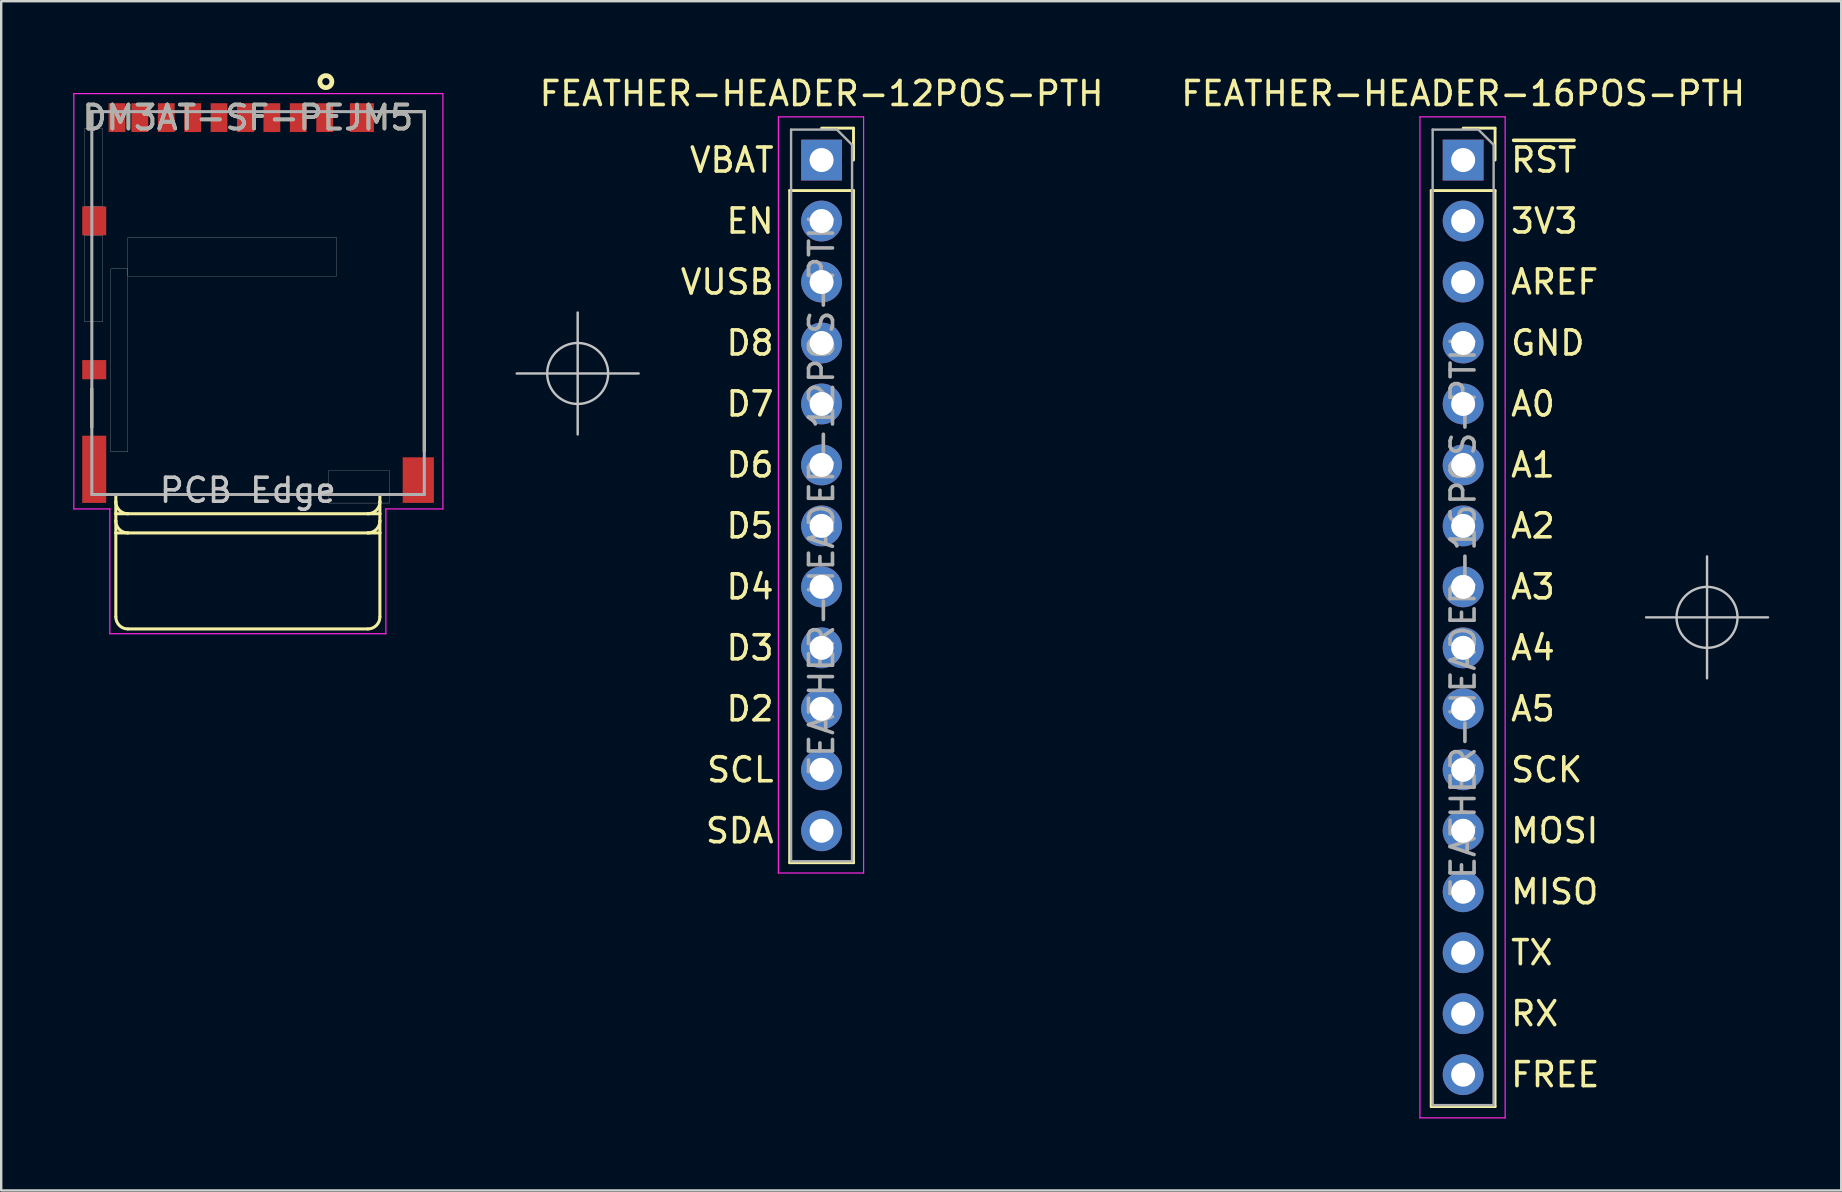
<source format=kicad_pcb>
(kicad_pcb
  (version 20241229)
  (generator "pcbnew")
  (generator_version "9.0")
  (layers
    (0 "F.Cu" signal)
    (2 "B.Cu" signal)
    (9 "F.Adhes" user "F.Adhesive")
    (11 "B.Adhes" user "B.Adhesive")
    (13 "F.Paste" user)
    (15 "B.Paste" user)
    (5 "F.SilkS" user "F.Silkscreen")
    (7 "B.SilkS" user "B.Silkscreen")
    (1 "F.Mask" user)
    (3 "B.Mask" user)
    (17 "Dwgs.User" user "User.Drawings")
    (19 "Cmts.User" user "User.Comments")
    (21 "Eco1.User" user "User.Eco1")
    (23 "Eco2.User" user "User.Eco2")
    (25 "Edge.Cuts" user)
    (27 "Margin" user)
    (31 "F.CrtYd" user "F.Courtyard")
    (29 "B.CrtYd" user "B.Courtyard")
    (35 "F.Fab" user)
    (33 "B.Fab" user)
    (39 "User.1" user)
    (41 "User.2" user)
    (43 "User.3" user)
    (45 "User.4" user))
  (footprint "DM3AT-SF-PEJM5"
    (layer "F.Cu")
    (at 7.275 1.85)
    (property "Reference" "DM3AT-SF-PEJM5" (at 0 0 0) (layer "F.SilkS") (effects (font (size 1 1) (thickness 0.15))))
    (attr smd)
    (fp_line (start -6.5 -0.25) (end -6.5 0.3) (stroke (width 0.127) (type solid)) (layer "F.SilkS"))
    (fp_line (start -6.5 12.9) (end -6.5 11.3) (stroke (width 0.127) (type solid)) (layer "F.SilkS"))
    (fp_line (start -6.05 -0.25) (end -6.5 -0.25) (stroke (width 0.127) (type solid)) (layer "F.SilkS"))
    (fp_line (start -5.5 15.7) (end -5.5 16) (stroke (width 0.127) (type solid)) (layer "F.SilkS"))
    (fp_line (start -5.5 15.7) (end 5.5 15.7) (stroke (width 0.127) (type solid)) (layer "F.SilkS"))
    (fp_line (start -5.5 16.5) (end -5.5 16) (stroke (width 0.127) (type solid)) (layer "F.SilkS"))
    (fp_line (start -5.5 16.5) (end -5.5 16.8) (stroke (width 0.127) (type solid)) (layer "F.SilkS"))
    (fp_line (start -5.5 17.3) (end -5.5 16.8) (stroke (width 0.127) (type solid)) (layer "F.SilkS"))
    (fp_line (start -5.5 17.3) (end -5.5 20.8) (stroke (width 0.127) (type solid)) (layer "F.SilkS"))
    (fp_line (start -5 16.5) (end -5.5 16.5) (stroke (width 0.127) (type solid)) (layer "F.SilkS"))
    (fp_line (start -5 17.3) (end -5.5 17.3) (stroke (width 0.127) (type solid)) (layer "F.SilkS"))
    (fp_line (start 5 16.5) (end -5 16.5) (stroke (width 0.127) (type solid)) (layer "F.SilkS"))
    (fp_line (start 5 17.3) (end -5 17.3) (stroke (width 0.127) (type solid)) (layer "F.SilkS"))
    (fp_line (start 5 21.3) (end -5 21.3) (stroke (width 0.127) (type solid)) (layer "F.SilkS"))
    (fp_line (start 5.5 -0.25) (end 7.35 -0.25) (stroke (width 0.127) (type solid)) (layer "F.SilkS"))
    (fp_line (start 5.5 15.7) (end 5.5 16) (stroke (width 0.127) (type solid)) (layer "F.SilkS"))
    (fp_line (start 5.5 16) (end 5.5 16.5) (stroke (width 0.127) (type solid)) (layer "F.SilkS"))
    (fp_line (start 5.5 16.5) (end 5 16.5) (stroke (width 0.127) (type solid)) (layer "F.SilkS"))
    (fp_line (start 5.5 16.5) (end 5.5 16.8) (stroke (width 0.127) (type solid)) (layer "F.SilkS"))
    (fp_line (start 5.5 16.8) (end 5.5 17.3) (stroke (width 0.127) (type solid)) (layer "F.SilkS"))
    (fp_line (start 5.5 17.3) (end 5 17.3) (stroke (width 0.127) (type solid)) (layer "F.SilkS"))
    (fp_line (start 5.5 17.3) (end 5.5 20.8) (stroke (width 0.127) (type solid)) (layer "F.SilkS"))
    (fp_line (start 7.35 -0.25) (end 7.35 13.9) (stroke (width 0.127) (type solid)) (layer "F.SilkS"))
    (fp_arc (start -5 16.5) (mid -5.353553 16.353553) (end -5.5 16) (stroke (width 0.127) (type solid)) (layer "F.SilkS"))
    (fp_arc (start -5 17.3) (mid -5.353553 17.153553) (end -5.5 16.8) (stroke (width 0.127) (type solid)) (layer "F.SilkS"))
    (fp_arc (start -5 21.3) (mid -5.353553 21.153553) (end -5.5 20.8) (stroke (width 0.127) (type solid)) (layer "F.SilkS"))
    (fp_arc (start 5.5 16) (mid 5.353553 16.353553) (end 5 16.5) (stroke (width 0.127) (type solid)) (layer "F.SilkS"))
    (fp_arc (start 5.5 16.8) (mid 5.353553 17.153553) (end 5 17.3) (stroke (width 0.127) (type solid)) (layer "F.SilkS"))
    (fp_arc (start 5.5 20.8) (mid 5.353553 21.153553) (end 5 21.3) (stroke (width 0.127) (type solid)) (layer "F.SilkS"))
    (fp_circle (center 3.25 -1.5) (end 3.5 -1.5) (stroke (width 0.2) (type solid)) (fill no) (layer "F.SilkS"))
    (fp_poly (pts (xy -6.813 0.45) (xy -6.05 0.45) (xy -6.05 3.707) (xy -6.813 3.707)) (stroke (width 0.01) (type solid)) (fill no) (layer "Dwgs.User"))
    (fp_poly (pts (xy -6.804 4.9) (xy -6.05 4.9) (xy -6.05 8.505) (xy -6.804 8.505)) (stroke (width 0.01) (type solid)) (fill no) (layer "Dwgs.User"))
    (fp_poly (pts (xy -5.706 6.3) (xy -5 6.3) (xy -5 13.915) (xy -5.706 13.915)) (stroke (width 0.01) (type solid)) (fill no) (layer "Dwgs.User"))
    (fp_poly (pts (xy -5.003 5) (xy 3.7 5) (xy 3.7 6.604) (xy -5.003 6.604)) (stroke (width 0.01) (type solid)) (fill no) (layer "Dwgs.User"))
    (fp_poly (pts (xy 3.352 14.7) (xy 5.9 14.7) (xy 5.9 16.057) (xy 3.352 16.057)) (stroke (width 0.01) (type solid)) (fill no) (layer "Dwgs.User"))
    (fp_line (start -7.25 -1) (end 8.125 -1) (stroke (width 0.05) (type solid)) (layer "F.CrtYd"))
    (fp_line (start -7.25 16.3) (end -7.25 -1) (stroke (width 0.05) (type solid)) (layer "F.CrtYd"))
    (fp_line (start -5.75 16.3) (end -7.25 16.3) (stroke (width 0.05) (type solid)) (layer "F.CrtYd"))
    (fp_line (start -5.75 21.5) (end -5.75 16.3) (stroke (width 0.05) (type solid)) (layer "F.CrtYd"))
    (fp_line (start 5.75 16.3) (end 5.75 21.5) (stroke (width 0.05) (type solid)) (layer "F.CrtYd"))
    (fp_line (start 5.75 21.5) (end -5.75 21.5) (stroke (width 0.05) (type solid)) (layer "F.CrtYd"))
    (fp_line (start 8.125 -1) (end 8.125 16.3) (stroke (width 0.05) (type solid)) (layer "F.CrtYd"))
    (fp_line (start 8.125 16.3) (end 5.75 16.3) (stroke (width 0.05) (type solid)) (layer "F.CrtYd"))
    (fp_line (start -6.5 -0.25) (end 7.35 -0.25) (stroke (width 0.127) (type solid)) (layer "F.Fab"))
    (fp_line (start -6.5 15.7) (end -6.5 -0.25) (stroke (width 0.127) (type solid)) (layer "F.Fab"))
    (fp_line (start 7.35 -0.25) (end 7.35 15.7) (stroke (width 0.127) (type solid)) (layer "F.Fab"))
    (fp_line (start 7.35 15.7) (end -6.5 15.7) (stroke (width 0.127) (type solid)) (layer "F.Fab"))
    (fp_text user "PCB Edge" (at 0 15.525 0) (layer "Dwgs.User") (effects (font (size 1 1) (thickness 0.15))))
    (fp_text user "${REFERENCE}" (at 0 0 0) (layer "F.Fab") (effects (font (size 1 1) (thickness 0.15))))
    (pad "1" smd rect (at 3.2 0) (size 0.7 1.2) (layers "F.Cu" "F.Mask" "F.Paste"))
    (pad "2" smd rect (at 2.1 0) (size 0.7 1.2) (layers "F.Cu" "F.Mask" "F.Paste"))
    (pad "3" smd rect (at 1 0) (size 0.7 1.2) (layers "F.Cu" "F.Mask" "F.Paste"))
    (pad "4" smd rect (at -0.1 0) (size 0.7 1.2) (layers "F.Cu" "F.Mask" "F.Paste"))
    (pad "5" smd rect (at -1.2 0) (size 0.7 1.2) (layers "F.Cu" "F.Mask" "F.Paste"))
    (pad "6" smd rect (at -2.3 0) (size 0.7 1.2) (layers "F.Cu" "F.Mask" "F.Paste"))
    (pad "7" smd rect (at -3.4 0) (size 0.7 1.2) (layers "F.Cu" "F.Mask" "F.Paste"))
    (pad "8" smd rect (at -4.5 0) (size 0.7 1.2) (layers "F.Cu" "F.Mask" "F.Paste"))
    (pad "P1" smd rect (at -6.4 4.3) (size 1 1.2) (layers "F.Cu" "F.Mask" "F.Paste"))
    (pad "P2" smd rect (at -6.4 14.65) (size 1 2.8) (layers "F.Cu" "F.Mask" "F.Paste"))
    (pad "P3" smd rect (at 7.1 15.1) (size 1.3 1.9) (layers "F.Cu" "F.Mask" "F.Paste"))
    (pad "P4" smd rect (at 4.75 0) (size 1 1.2) (layers "F.Cu" "F.Mask" "F.Paste"))
    (pad "SWA" smd rect (at -6.4 10.5) (size 1 0.8) (layers "F.Cu" "F.Mask" "F.Paste"))
    (pad "SWB" smd rect (at -5.45 0) (size 0.7 1.2) (layers "F.Cu" "F.Mask" "F.Paste")))
  (footprint "FEATHER-HEADER-16POS-PTH"
    (layer "F.Cu")
    (at 68.061 22.668)
    (property "Reference" "FEATHER-HEADER-16POS-PTH" (at -10.16 -21.82 0) (layer "F.SilkS") (effects (font (size 1 1) (thickness 0.15))))
    (attr through_hole)
    (fp_line (start -11.49 -17.78) (end -11.49 20.38) (stroke (width 0.12) (type solid)) (layer "F.SilkS"))
    (fp_line (start -11.49 -17.78) (end -8.83 -17.78) (stroke (width 0.12) (type solid)) (layer "F.SilkS"))
    (fp_line (start -11.49 20.38) (end -8.83 20.38) (stroke (width 0.12) (type solid)) (layer "F.SilkS"))
    (fp_line (start -10.16 -20.38) (end -8.83 -20.38) (stroke (width 0.12) (type solid)) (layer "F.SilkS"))
    (fp_line (start -8.83 -20.38) (end -8.83 -19.05) (stroke (width 0.12) (type solid)) (layer "F.SilkS"))
    (fp_line (start -8.83 -17.78) (end -8.83 20.38) (stroke (width 0.12) (type solid)) (layer "F.SilkS"))
    (fp_line (start -2.54 0) (end 2.54 0) (stroke (width 0.1) (type solid)) (layer "Dwgs.User"))
    (fp_line (start 0 -2.54) (end 0 2.54) (stroke (width 0.1) (type solid)) (layer "Dwgs.User"))
    (fp_circle (center 0 0) (end 1.27 0) (stroke (width 0.1) (type solid)) (fill no) (layer "Dwgs.User"))
    (fp_line (start -11.96 -20.85) (end -8.41 -20.85) (stroke (width 0.05) (type solid)) (layer "F.CrtYd"))
    (fp_line (start -11.96 20.85) (end -11.96 -20.85) (stroke (width 0.05) (type solid)) (layer "F.CrtYd"))
    (fp_line (start -8.41 -20.85) (end -8.41 20.85) (stroke (width 0.05) (type solid)) (layer "F.CrtYd"))
    (fp_line (start -8.41 20.85) (end -11.96 20.85) (stroke (width 0.05) (type solid)) (layer "F.CrtYd"))
    (fp_line (start -11.43 -20.32) (end -9.525 -20.32) (stroke (width 0.1) (type solid)) (layer "F.Fab"))
    (fp_line (start -11.43 20.32) (end -11.43 -20.32) (stroke (width 0.1) (type solid)) (layer "F.Fab"))
    (fp_line (start -9.525 -20.32) (end -8.89 -19.685) (stroke (width 0.1) (type solid)) (layer "F.Fab"))
    (fp_line (start -8.89 -19.685) (end -8.89 20.32) (stroke (width 0.1) (type solid)) (layer "F.Fab"))
    (fp_line (start -8.89 20.32) (end -11.43 20.32) (stroke (width 0.1) (type solid)) (layer "F.Fab"))
    (fp_text user "A3" (at -8.255 -1.27 0) (unlocked yes) (layer "F.SilkS") (effects (font (size 1 1) (thickness 0.15)) (justify left)))
    (fp_text user "~{RST}" (at -8.255 -19.05 0) (unlocked yes) (layer "F.SilkS") (effects (font (size 1 1) (thickness 0.15)) (justify left)))
    (fp_text user "TX" (at -8.255 13.97 0) (unlocked yes) (layer "F.SilkS") (effects (font (size 1 1) (thickness 0.15)) (justify left)))
    (fp_text user "A5" (at -8.255 3.81 0) (unlocked yes) (layer "F.SilkS") (effects (font (size 1 1) (thickness 0.15)) (justify left)))
    (fp_text user "GND" (at -8.255 -11.43 0) (unlocked yes) (layer "F.SilkS") (effects (font (size 1 1) (thickness 0.15)) (justify left)))
    (fp_text user "RX" (at -8.255 16.51 0) (unlocked yes) (layer "F.SilkS") (effects (font (size 1 1) (thickness 0.15)) (justify left)))
    (fp_text user "SCK" (at -8.255 6.35 0) (unlocked yes) (layer "F.SilkS") (effects (font (size 1 1) (thickness 0.15)) (justify left)))
    (fp_text user "MOSI" (at -8.255 8.89 0) (unlocked yes) (layer "F.SilkS") (effects (font (size 1 1) (thickness 0.15)) (justify left)))
    (fp_text user "A0" (at -8.255 -8.89 0) (unlocked yes) (layer "F.SilkS") (effects (font (size 1 1) (thickness 0.15)) (justify left)))
    (fp_text user "A4" (at -8.255 1.27 0) (unlocked yes) (layer "F.SilkS") (effects (font (size 1 1) (thickness 0.15)) (justify left)))
    (fp_text user "FREE" (at -8.255 19.05 0) (unlocked yes) (layer "F.SilkS") (effects (font (size 1 1) (thickness 0.15)) (justify left)))
    (fp_text user "MISO" (at -8.255 11.43 0) (unlocked yes) (layer "F.SilkS") (effects (font (size 1 1) (thickness 0.15)) (justify left)))
    (fp_text user "AREF" (at -8.255 -13.97 0) (unlocked yes) (layer "F.SilkS") (effects (font (size 1 1) (thickness 0.15)) (justify left)))
    (fp_text user "A1" (at -8.255 -6.35 0) (unlocked yes) (layer "F.SilkS") (effects (font (size 1 1) (thickness 0.15)) (justify left)))
    (fp_text user "3V3" (at -8.255 -16.51 0) (unlocked yes) (layer "F.SilkS") (effects (font (size 1 1) (thickness 0.15)) (justify left)))
    (fp_text user "A2" (at -8.255 -3.81 0) (unlocked yes) (layer "F.SilkS") (effects (font (size 1 1) (thickness 0.15)) (justify left)))
    (fp_text user "${REFERENCE}" (at -10.16 0 90) (layer "F.Fab") (effects (font (size 1 1) (thickness 0.15))))
    (pad "3V3" thru_hole oval (at -10.16 -16.51) (size 1.7 1.7) (drill 1) (layers "*.Cu" "*.Mask"))
    (pad "A0" thru_hole oval (at -10.16 -8.89) (size 1.7 1.7) (drill 1) (layers "*.Cu" "*.Mask"))
    (pad "A1" thru_hole oval (at -10.16 -6.35) (size 1.7 1.7) (drill 1) (layers "*.Cu" "*.Mask"))
    (pad "A2" thru_hole oval (at -10.16 -3.81) (size 1.7 1.7) (drill 1) (layers "*.Cu" "*.Mask"))
    (pad "A3" thru_hole oval (at -10.16 -1.27) (size 1.7 1.7) (drill 1) (layers "*.Cu" "*.Mask"))
    (pad "A4" thru_hole oval (at -10.16 1.27) (size 1.7 1.7) (drill 1) (layers "*.Cu" "*.Mask"))
    (pad "A5" thru_hole oval (at -10.16 3.81) (size 1.7 1.7) (drill 1) (layers "*.Cu" "*.Mask"))
    (pad "AREF" thru_hole oval (at -10.16 -13.97) (size 1.7 1.7) (drill 1) (layers "*.Cu" "*.Mask"))
    (pad "FREE" thru_hole oval (at -10.16 19.05) (size 1.7 1.7) (drill 1) (layers "*.Cu" "*.Mask"))
    (pad "GND" thru_hole oval (at -10.16 -11.43) (size 1.7 1.7) (drill 1) (layers "*.Cu" "*.Mask"))
    (pad "MISO" thru_hole oval (at -10.16 11.43) (size 1.7 1.7) (drill 1) (layers "*.Cu" "*.Mask"))
    (pad "MOSI" thru_hole oval (at -10.16 8.89) (size 1.7 1.7) (drill 1) (layers "*.Cu" "*.Mask"))
    (pad "RX" thru_hole oval (at -10.16 16.51) (size 1.7 1.7) (drill 1) (layers "*.Cu" "*.Mask"))
    (pad "SCK" thru_hole oval (at -10.16 6.35) (size 1.7 1.7) (drill 1) (layers "*.Cu" "*.Mask"))
    (pad "TX" thru_hole oval (at -10.16 13.97) (size 1.7 1.7) (drill 1) (layers "*.Cu" "*.Mask"))
    (pad "~RST" thru_hole rect (at -10.16 -19.05) (size 1.7 1.7) (drill 1) (layers "*.Cu" "*.Mask")))
  (footprint "FEATHER-HEADER-12POS-PTH"
    (layer "F.Cu")
    (at 21.015 12.508)
    (property "Reference" "FEATHER-HEADER-12POS-PTH" (at 10.16 -11.66 0) (layer "F.SilkS") (effects (font (size 1 1) (thickness 0.15))))
    (attr through_hole)
    (fp_line (start 8.83 -7.62) (end 8.83 20.38) (stroke (width 0.12) (type solid)) (layer "F.SilkS"))
    (fp_line (start 8.83 -7.62) (end 11.49 -7.62) (stroke (width 0.12) (type solid)) (layer "F.SilkS"))
    (fp_line (start 8.83 20.38) (end 11.49 20.38) (stroke (width 0.12) (type solid)) (layer "F.SilkS"))
    (fp_line (start 10.16 -10.22) (end 11.49 -10.22) (stroke (width 0.12) (type solid)) (layer "F.SilkS"))
    (fp_line (start 11.49 -10.22) (end 11.49 -8.89) (stroke (width 0.12) (type solid)) (layer "F.SilkS"))
    (fp_line (start 11.49 -7.62) (end 11.49 20.38) (stroke (width 0.12) (type solid)) (layer "F.SilkS"))
    (fp_line (start -2.54 0) (end 2.54 0) (stroke (width 0.1) (type solid)) (layer "Dwgs.User"))
    (fp_line (start 0 -2.54) (end 0 2.54) (stroke (width 0.1) (type solid)) (layer "Dwgs.User"))
    (fp_circle (center 0 0) (end 1.27 0) (stroke (width 0.1) (type solid)) (fill no) (layer "Dwgs.User"))
    (fp_line (start 8.36 -10.69) (end 11.91 -10.69) (stroke (width 0.05) (type solid)) (layer "F.CrtYd"))
    (fp_line (start 8.36 20.81) (end 8.36 -10.69) (stroke (width 0.05) (type solid)) (layer "F.CrtYd"))
    (fp_line (start 11.91 -10.69) (end 11.91 20.81) (stroke (width 0.05) (type solid)) (layer "F.CrtYd"))
    (fp_line (start 11.91 20.81) (end 8.36 20.81) (stroke (width 0.05) (type solid)) (layer "F.CrtYd"))
    (fp_line (start 8.89 -10.16) (end 10.795 -10.16) (stroke (width 0.1) (type solid)) (layer "F.Fab"))
    (fp_line (start 8.89 20.32) (end 8.89 -10.16) (stroke (width 0.1) (type solid)) (layer "F.Fab"))
    (fp_line (start 10.795 -10.16) (end 11.43 -9.525) (stroke (width 0.1) (type solid)) (layer "F.Fab"))
    (fp_line (start 11.43 -9.525) (end 11.43 20.32) (stroke (width 0.1) (type solid)) (layer "F.Fab"))
    (fp_line (start 11.43 20.32) (end 8.89 20.32) (stroke (width 0.1) (type solid)) (layer "F.Fab"))
    (fp_text user "D8" (at 8.255 -1.27 0) (unlocked yes) (layer "F.SilkS") (effects (font (size 1 1) (thickness 0.15)) (justify right)))
    (fp_text user "D3" (at 8.255 11.43 0) (unlocked yes) (layer "F.SilkS") (effects (font (size 1 1) (thickness 0.15)) (justify right)))
    (fp_text user "VBAT" (at 8.255 -8.89 0) (unlocked yes) (layer "F.SilkS") (effects (font (size 1 1) (thickness 0.15)) (justify right)))
    (fp_text user "D4" (at 8.255 8.89 0) (unlocked yes) (layer "F.SilkS") (effects (font (size 1 1) (thickness 0.15)) (justify right)))
    (fp_text user "D7" (at 8.255 1.27 0) (unlocked yes) (layer "F.SilkS") (effects (font (size 1 1) (thickness 0.15)) (justify right)))
    (fp_text user "D6" (at 8.255 3.81 0) (unlocked yes) (layer "F.SilkS") (effects (font (size 1 1) (thickness 0.15)) (justify right)))
    (fp_text user "VUSB" (at 8.255 -3.81 0) (unlocked yes) (layer "F.SilkS") (effects (font (size 1 1) (thickness 0.15)) (justify right)))
    (fp_text user "D2" (at 8.255 13.97 0) (unlocked yes) (layer "F.SilkS") (effects (font (size 1 1) (thickness 0.15)) (justify right)))
    (fp_text user "D5" (at 8.255 6.35 0) (unlocked yes) (layer "F.SilkS") (effects (font (size 1 1) (thickness 0.15)) (justify right)))
    (fp_text user "SCL" (at 8.255 16.51 0) (unlocked yes) (layer "F.SilkS") (effects (font (size 1 1) (thickness 0.15)) (justify right)))
    (fp_text user "SDA" (at 8.255 19.05 0) (unlocked yes) (layer "F.SilkS") (effects (font (size 1 1) (thickness 0.15)) (justify right)))
    (fp_text user "EN" (at 8.255 -6.35 0) (unlocked yes) (layer "F.SilkS") (effects (font (size 1 1) (thickness 0.15)) (justify right)))
    (fp_text user "${REFERENCE}" (at 10.16 5.08 90) (layer "F.Fab") (effects (font (size 1 1) (thickness 0.15))))
    (pad "D2" thru_hole oval (at 10.16 13.97) (size 1.7 1.7) (drill 1) (layers "*.Cu" "*.Mask"))
    (pad "D3" thru_hole oval (at 10.16 11.43) (size 1.7 1.7) (drill 1) (layers "*.Cu" "*.Mask"))
    (pad "D4" thru_hole oval (at 10.16 8.89) (size 1.7 1.7) (drill 1) (layers "*.Cu" "*.Mask"))
    (pad "D5" thru_hole oval (at 10.16 6.35) (size 1.7 1.7) (drill 1) (layers "*.Cu" "*.Mask"))
    (pad "D6" thru_hole oval (at 10.16 3.81) (size 1.7 1.7) (drill 1) (layers "*.Cu" "*.Mask"))
    (pad "D7" thru_hole oval (at 10.16 1.27) (size 1.7 1.7) (drill 1) (layers "*.Cu" "*.Mask"))
    (pad "D8" thru_hole oval (at 10.16 -1.27) (size 1.7 1.7) (drill 1) (layers "*.Cu" "*.Mask"))
    (pad "EN" thru_hole oval (at 10.16 -6.35) (size 1.7 1.7) (drill 1) (layers "*.Cu" "*.Mask"))
    (pad "SCL" thru_hole oval (at 10.16 16.51) (size 1.7 1.7) (drill 1) (layers "*.Cu" "*.Mask"))
    (pad "SDA" thru_hole oval (at 10.16 19.05) (size 1.7 1.7) (drill 1) (layers "*.Cu" "*.Mask"))
    (pad "VBAT" thru_hole rect (at 10.16 -8.89) (size 1.7 1.7) (drill 1) (layers "*.Cu" "*.Mask"))
    (pad "VUSB" thru_hole oval (at 10.16 -3.81) (size 1.7 1.7) (drill 1) (layers "*.Cu" "*.Mask")))
  (gr_rect
    (start -3 -3)
    (end 73.651 46.543)
    (stroke (width 0.1) (type default))
    (fill no)
    (layer "Edge.Cuts")))
</source>
